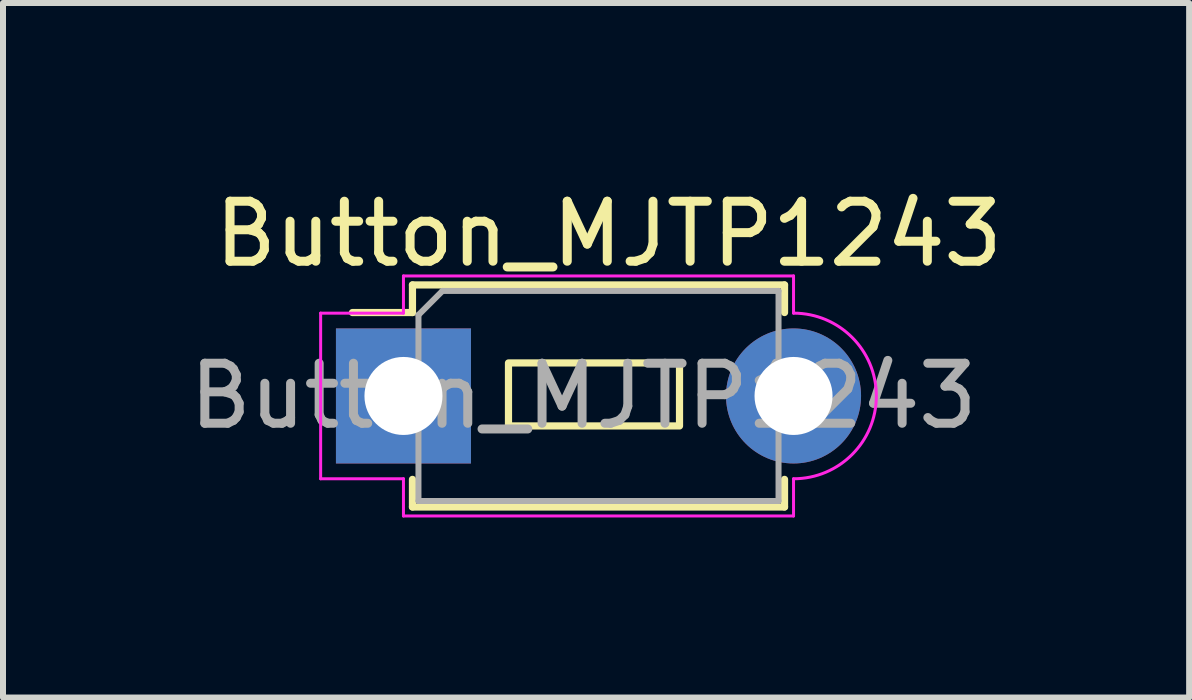
<source format=kicad_pcb>
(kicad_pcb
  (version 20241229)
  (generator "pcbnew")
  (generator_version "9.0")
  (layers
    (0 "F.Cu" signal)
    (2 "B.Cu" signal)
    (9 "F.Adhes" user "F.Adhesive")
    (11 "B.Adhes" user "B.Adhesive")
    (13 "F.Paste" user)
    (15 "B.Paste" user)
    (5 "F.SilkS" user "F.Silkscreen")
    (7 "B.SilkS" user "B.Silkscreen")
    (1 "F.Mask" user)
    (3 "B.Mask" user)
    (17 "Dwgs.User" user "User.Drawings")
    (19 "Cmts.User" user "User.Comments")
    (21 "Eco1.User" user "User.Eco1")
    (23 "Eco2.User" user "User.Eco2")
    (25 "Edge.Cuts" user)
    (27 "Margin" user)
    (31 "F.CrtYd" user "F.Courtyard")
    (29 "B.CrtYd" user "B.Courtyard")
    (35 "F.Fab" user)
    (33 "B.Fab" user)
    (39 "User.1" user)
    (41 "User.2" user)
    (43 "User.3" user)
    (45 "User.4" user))
  (footprint "Button_MJTP1243"
    (layer "F.Cu")
    (at 3.673 3.548)
    (property "Reference" "Button_MJTP1243" (at 3.42 -2.7 0) (layer "F.SilkS") (effects (font (size 1 1) (thickness 0.15))))
    (attr through_hole)
    (fp_line (start 0.15 -1.85) (end 0.15 -1.39) (stroke (width 0.12) (type default)) (layer "F.SilkS"))
    (fp_line (start 0.15 -1.39) (end -0.85 -1.39) (stroke (width 0.12) (type default)) (layer "F.SilkS"))
    (fp_line (start 0.15 1.39) (end 0.15 1.85) (stroke (width 0.12) (type solid)) (layer "F.SilkS"))
    (fp_line (start 0.15 1.85) (end 6.35 1.85) (stroke (width 0.12) (type solid)) (layer "F.SilkS"))
    (fp_line (start 6.35 -1.85) (end 0.15 -1.85) (stroke (width 0.12) (type solid)) (layer "F.SilkS"))
    (fp_line (start 6.35 -1.85) (end 6.35 -1.39) (stroke (width 0.12) (type solid)) (layer "F.SilkS"))
    (fp_line (start 6.35 1.39) (end 6.35 1.85) (stroke (width 0.12) (type solid)) (layer "F.SilkS"))
    (fp_rect (start 1.75 -0.55) (end 4.6 0.5) (stroke (width 0.12) (type default)) (fill no) (layer "F.SilkS"))
    (fp_line (start -1.38 -1.38) (end 0 -1.38) (stroke (width 0.05) (type default)) (layer "F.CrtYd"))
    (fp_line (start -1.38 1.38) (end -1.38 -1.38) (stroke (width 0.05) (type solid)) (layer "F.CrtYd"))
    (fp_line (start -1.38 1.38) (end 0 1.38) (stroke (width 0.05) (type default)) (layer "F.CrtYd"))
    (fp_line (start 0 -2) (end 0 -1.38) (stroke (width 0.05) (type default)) (layer "F.CrtYd"))
    (fp_line (start 0 -2) (end 6.5 -2) (stroke (width 0.05) (type solid)) (layer "F.CrtYd"))
    (fp_line (start 0 1.38) (end 0 2) (stroke (width 0.05) (type default)) (layer "F.CrtYd"))
    (fp_line (start 6.5 -2) (end 6.5 -1.38) (stroke (width 0.05) (type default)) (layer "F.CrtYd"))
    (fp_line (start 6.5 1.38) (end 6.5 2) (stroke (width 0.05) (type default)) (layer "F.CrtYd"))
    (fp_line (start 6.5 2) (end 0 2) (stroke (width 0.05) (type solid)) (layer "F.CrtYd"))
    (fp_arc (start 6.5 -1.38) (mid 7.88 0) (end 6.5 1.38) (stroke (width 0.05) (type default)) (layer "F.CrtYd"))
    (fp_line (start 0.25 1.75) (end 0.25 -1.35) (stroke (width 0.1) (type solid)) (layer "F.Fab"))
    (fp_line (start 0.65 -1.75) (end 0.25 -1.35) (stroke (width 0.1) (type default)) (layer "F.Fab"))
    (fp_line (start 0.65 -1.75) (end 6.25 -1.75) (stroke (width 0.1) (type solid)) (layer "F.Fab"))
    (fp_line (start 6.25 -1.75) (end 6.25 1.75) (stroke (width 0.1) (type solid)) (layer "F.Fab"))
    (fp_line (start 6.25 1.75) (end 0.25 1.75) (stroke (width 0.1) (type solid)) (layer "F.Fab"))
    (fp_text user "${REFERENCE}" (at 3 0 0) (layer "F.Fab") (effects (font (size 1 1) (thickness 0.15))))
    (pad "1" thru_hole rect (at 0 0 90) (size 2.25 2.25) (drill 1.3) (layers "*.Cu" "*.Mask"))
    (pad "2" thru_hole circle (at 6.5 0 90) (size 2.25 2.25) (drill 1.3) (layers "*.Cu" "*.Mask")))
  (gr_rect
    (start -3 -3)
    (end 16.765 8.573)
    (stroke (width 0.1) (type default))
    (fill no)
    (layer "Edge.Cuts")))
</source>
